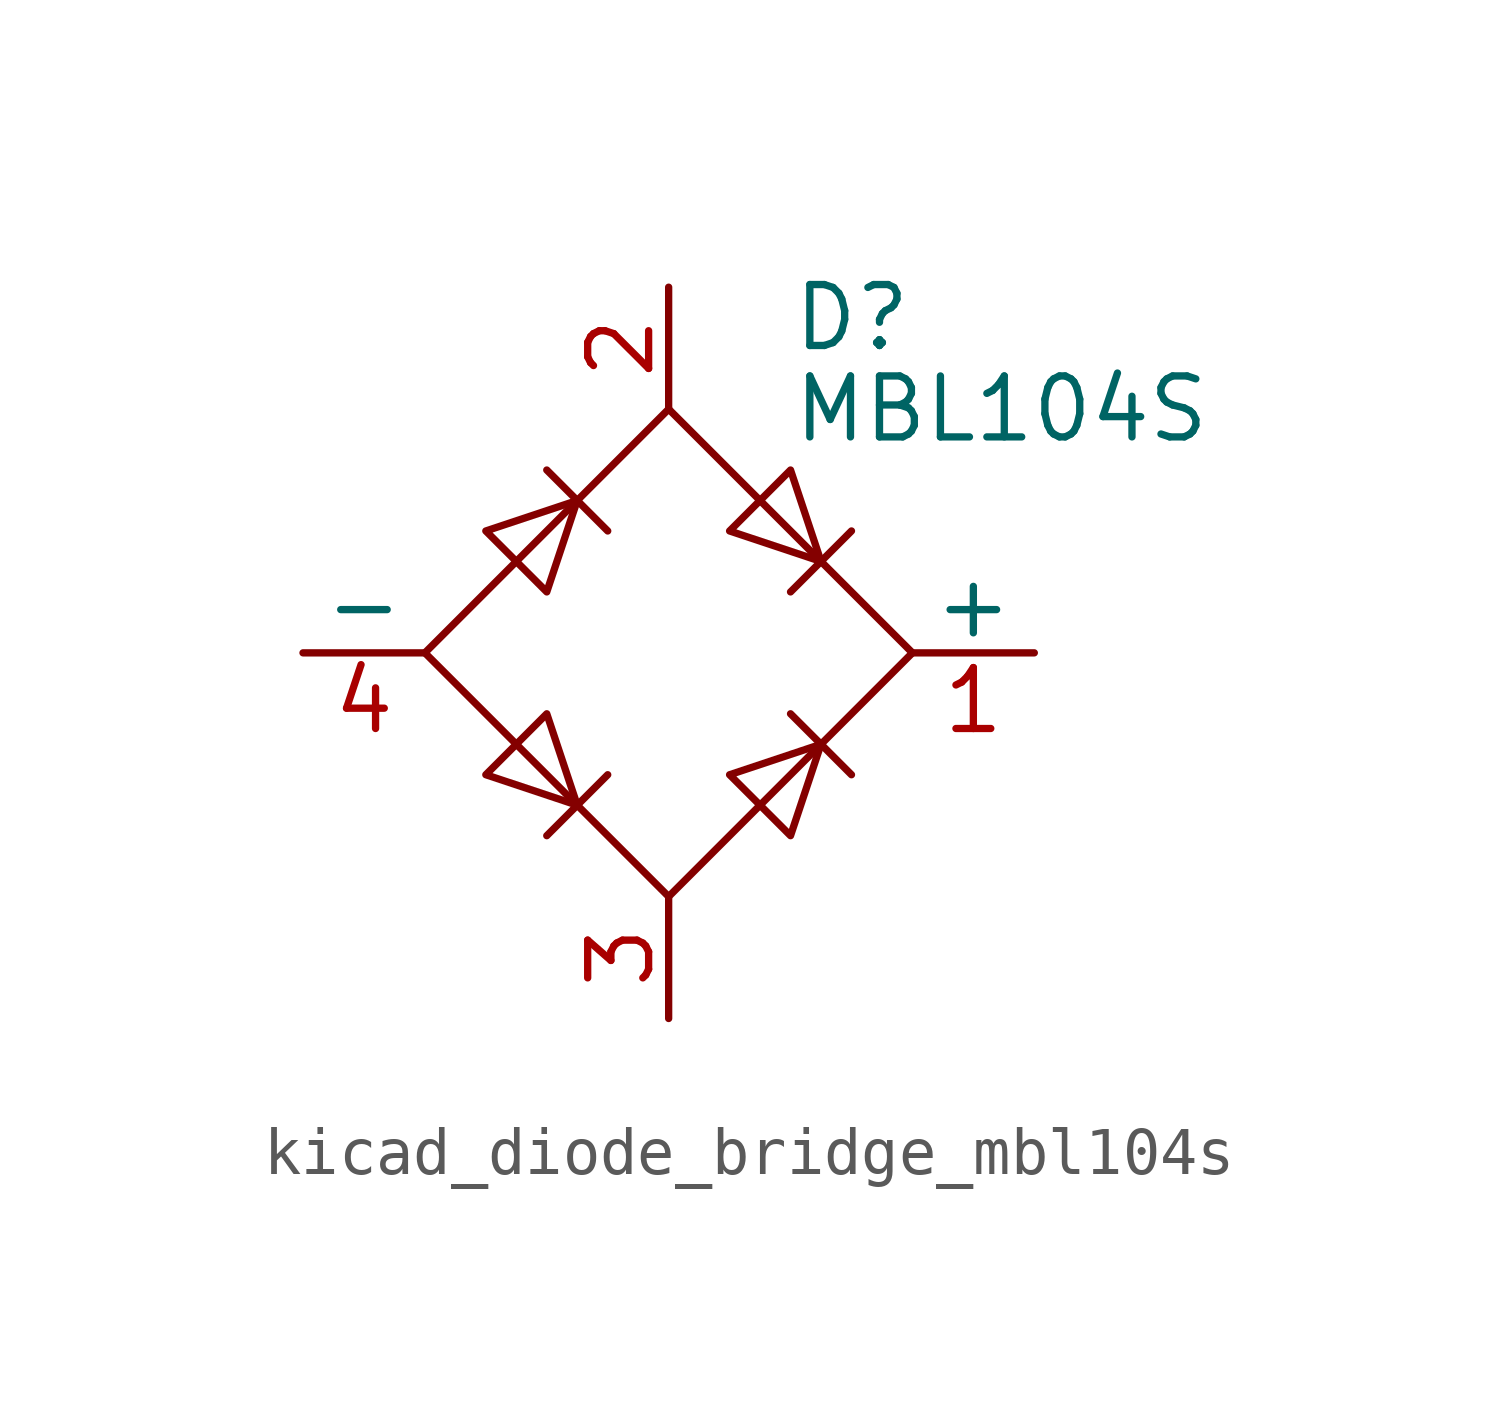
<source format=kicad_sym>
(kicad_symbol_lib
  (version 20220914)
  (generator kicad_symbol_editor)
  (symbol "kicad_diode_bridge_mbl104s"
    (pin_names
      (offset 0))
    (property "Reference" "D"
      (at 2.54 6.985 0)
      (effects (font (size 1.27 1.27)) (justify left)))
    (property "Value" "MBL104S"
      (at 2.54 5.08 0)
      (effects (font (size 1.27 1.27)) (justify left)))
    (symbol "kicad_diode_bridge_mbl104s_0_1"
      (polyline (pts (xy -2.54 3.81) (xy -1.27 2.54)) (stroke (width 0) (type default)) (fill (type none)))
      (polyline (pts (xy -1.27 -2.54) (xy -2.54 -3.81)) (stroke (width 0) (type default)) (fill (type none)))
      (polyline (pts (xy 2.54 -1.27) (xy 3.81 -2.54)) (stroke (width 0) (type default)) (fill (type none)))
      (polyline (pts (xy 2.54 1.27) (xy 3.81 2.54)) (stroke (width 0) (type default)) (fill (type none)))
      (polyline (pts (xy -3.81 2.54) (xy -2.54 1.27) (xy -1.905 3.175) (xy -3.81 2.54)) (stroke (width 0) (type default)) (fill (type none)))
      (polyline (pts (xy -2.54 -1.27) (xy -3.81 -2.54) (xy -1.905 -3.175) (xy -2.54 -1.27)) (stroke (width 0) (type default)) (fill (type none)))
      (polyline (pts (xy 1.27 2.54) (xy 2.54 3.81) (xy 3.175 1.905) (xy 1.27 2.54)) (stroke (width 0) (type default)) (fill (type none)))
      (polyline (pts (xy 3.175 -1.905) (xy 1.27 -2.54) (xy 2.54 -3.81) (xy 3.175 -1.905)) (stroke (width 0) (type default)) (fill (type none)))
      (polyline (pts (xy -5.08 0) (xy 0 -5.08) (xy 5.08 0) (xy 0 5.08) (xy -5.08 0)) (stroke (width 0) (type default)) (fill (type none))))
    (symbol "kicad_diode_bridge_mbl104s_1_1"
      (pin passive line (at 7.62 0 180) (length 2.54) (name "+" (effects (font (size 1.27 1.27)))) (number "1" (effects (font (size 1.27 1.27)))))
      (pin passive line (at 0 7.62 270) (length 2.54) (name "~" (effects (font (size 1.27 1.27)))) (number "2" (effects (font (size 1.27 1.27)))))
      (pin passive line (at 0 -7.62 90) (length 2.54) (name "~" (effects (font (size 1.27 1.27)))) (number "3" (effects (font (size 1.27 1.27)))))
      (pin passive line (at -7.62 0 0) (length 2.54) (name "-" (effects (font (size 1.27 1.27)))) (number "4" (effects (font (size 1.27 1.27))))))))
</source>
